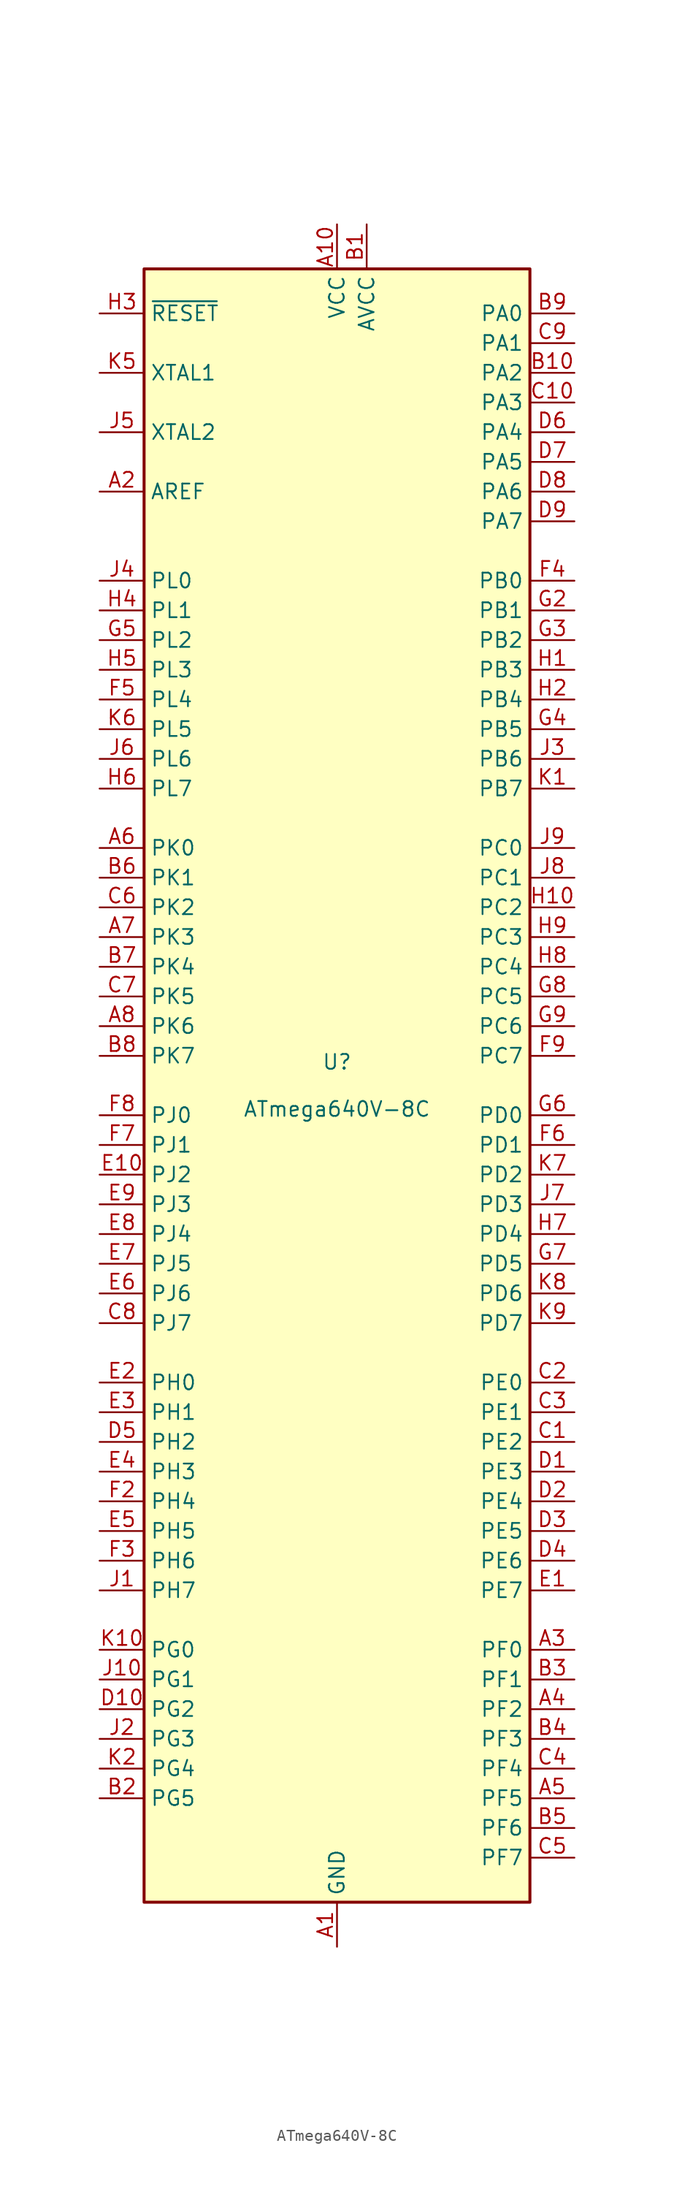
<source format=kicad_sym>
(kicad_symbol_lib
  (version 20211014)
  (generator kicad_symbol_editor)
  (symbol "ATmega640V-8C"
    (property "Reference" "U"
      (at 0 1.27 0)
      (effects (font (size 1.27 1.27)) (justify bottom)))
    (property "Value" "ATmega640V-8C"
      (at 0 -1.27 0)
      (effects (font (size 1.27 1.27)) (justify top)))
    (symbol "ATmega640V-8C_0_1"
      (rectangle (start -16.51 -69.85) (end 16.51 69.85) (stroke (width 0.254) (type default) (color 0 0 0 0)) (fill (type background))))
    (symbol "ATmega640V-8C_1_1"
      (pin power_in line (at 0 -73.66 90) (length 3.81) (name "GND" (effects (font (size 1.27 1.27)))) (number "A1" (effects (font (size 1.27 1.27)))))
      (pin power_in line (at 0 73.66 270) (length 3.81) (name "VCC" (effects (font (size 1.27 1.27)))) (number "A10" (effects (font (size 1.27 1.27)))))
      (pin passive line (at -20.32 50.8 0) (length 3.81) (name "AREF" (effects (font (size 1.27 1.27)))) (number "A2" (effects (font (size 1.27 1.27)))))
      (pin bidirectional line (at 20.32 -48.26 180) (length 3.81) (name "PF0" (effects (font (size 1.27 1.27)))) (number "A3" (effects (font (size 1.27 1.27)))))
      (pin bidirectional line (at 20.32 -53.34 180) (length 3.81) (name "PF2" (effects (font (size 1.27 1.27)))) (number "A4" (effects (font (size 1.27 1.27)))))
      (pin bidirectional line (at 20.32 -60.96 180) (length 3.81) (name "PF5" (effects (font (size 1.27 1.27)))) (number "A5" (effects (font (size 1.27 1.27)))))
      (pin bidirectional line (at -20.32 20.32 0) (length 3.81) (name "PK0" (effects (font (size 1.27 1.27)))) (number "A6" (effects (font (size 1.27 1.27)))))
      (pin bidirectional line (at -20.32 12.7 0) (length 3.81) (name "PK3" (effects (font (size 1.27 1.27)))) (number "A7" (effects (font (size 1.27 1.27)))))
      (pin bidirectional line (at -20.32 5.08 0) (length 3.81) (name "PK6" (effects (font (size 1.27 1.27)))) (number "A8" (effects (font (size 1.27 1.27)))))
      (pin passive line (at 0 -73.66 90) (length 3.81) hide (name "GND" (effects (font (size 1.27 1.27)))) (number "A9" (effects (font (size 1.27 1.27)))))
      (pin power_in line (at 2.54 73.66 270) (length 3.81) (name "AVCC" (effects (font (size 1.27 1.27)))) (number "B1" (effects (font (size 1.27 1.27)))))
      (pin bidirectional line (at 20.32 60.96 180) (length 3.81) (name "PA2" (effects (font (size 1.27 1.27)))) (number "B10" (effects (font (size 1.27 1.27)))))
      (pin bidirectional line (at -20.32 -60.96 0) (length 3.81) (name "PG5" (effects (font (size 1.27 1.27)))) (number "B2" (effects (font (size 1.27 1.27)))))
      (pin bidirectional line (at 20.32 -50.8 180) (length 3.81) (name "PF1" (effects (font (size 1.27 1.27)))) (number "B3" (effects (font (size 1.27 1.27)))))
      (pin bidirectional line (at 20.32 -55.88 180) (length 3.81) (name "PF3" (effects (font (size 1.27 1.27)))) (number "B4" (effects (font (size 1.27 1.27)))))
      (pin bidirectional line (at 20.32 -63.5 180) (length 3.81) (name "PF6" (effects (font (size 1.27 1.27)))) (number "B5" (effects (font (size 1.27 1.27)))))
      (pin bidirectional line (at -20.32 17.78 0) (length 3.81) (name "PK1" (effects (font (size 1.27 1.27)))) (number "B6" (effects (font (size 1.27 1.27)))))
      (pin bidirectional line (at -20.32 10.16 0) (length 3.81) (name "PK4" (effects (font (size 1.27 1.27)))) (number "B7" (effects (font (size 1.27 1.27)))))
      (pin bidirectional line (at -20.32 2.54 0) (length 3.81) (name "PK7" (effects (font (size 1.27 1.27)))) (number "B8" (effects (font (size 1.27 1.27)))))
      (pin bidirectional line (at 20.32 66.04 180) (length 3.81) (name "PA0" (effects (font (size 1.27 1.27)))) (number "B9" (effects (font (size 1.27 1.27)))))
      (pin bidirectional line (at 20.32 -30.48 180) (length 3.81) (name "PE2" (effects (font (size 1.27 1.27)))) (number "C1" (effects (font (size 1.27 1.27)))))
      (pin bidirectional line (at 20.32 58.42 180) (length 3.81) (name "PA3" (effects (font (size 1.27 1.27)))) (number "C10" (effects (font (size 1.27 1.27)))))
      (pin bidirectional line (at 20.32 -25.4 180) (length 3.81) (name "PE0" (effects (font (size 1.27 1.27)))) (number "C2" (effects (font (size 1.27 1.27)))))
      (pin bidirectional line (at 20.32 -27.94 180) (length 3.81) (name "PE1" (effects (font (size 1.27 1.27)))) (number "C3" (effects (font (size 1.27 1.27)))))
      (pin bidirectional line (at 20.32 -58.42 180) (length 3.81) (name "PF4" (effects (font (size 1.27 1.27)))) (number "C4" (effects (font (size 1.27 1.27)))))
      (pin bidirectional line (at 20.32 -66.04 180) (length 3.81) (name "PF7" (effects (font (size 1.27 1.27)))) (number "C5" (effects (font (size 1.27 1.27)))))
      (pin bidirectional line (at -20.32 15.24 0) (length 3.81) (name "PK2" (effects (font (size 1.27 1.27)))) (number "C6" (effects (font (size 1.27 1.27)))))
      (pin bidirectional line (at -20.32 7.62 0) (length 3.81) (name "PK5" (effects (font (size 1.27 1.27)))) (number "C7" (effects (font (size 1.27 1.27)))))
      (pin bidirectional line (at -20.32 -20.32 0) (length 3.81) (name "PJ7" (effects (font (size 1.27 1.27)))) (number "C8" (effects (font (size 1.27 1.27)))))
      (pin bidirectional line (at 20.32 63.5 180) (length 3.81) (name "PA1" (effects (font (size 1.27 1.27)))) (number "C9" (effects (font (size 1.27 1.27)))))
      (pin bidirectional line (at 20.32 -33.02 180) (length 3.81) (name "PE3" (effects (font (size 1.27 1.27)))) (number "D1" (effects (font (size 1.27 1.27)))))
      (pin bidirectional line (at -20.32 -53.34 0) (length 3.81) (name "PG2" (effects (font (size 1.27 1.27)))) (number "D10" (effects (font (size 1.27 1.27)))))
      (pin bidirectional line (at 20.32 -35.56 180) (length 3.81) (name "PE4" (effects (font (size 1.27 1.27)))) (number "D2" (effects (font (size 1.27 1.27)))))
      (pin bidirectional line (at 20.32 -38.1 180) (length 3.81) (name "PE5" (effects (font (size 1.27 1.27)))) (number "D3" (effects (font (size 1.27 1.27)))))
      (pin bidirectional line (at 20.32 -40.64 180) (length 3.81) (name "PE6" (effects (font (size 1.27 1.27)))) (number "D4" (effects (font (size 1.27 1.27)))))
      (pin bidirectional line (at -20.32 -30.48 0) (length 3.81) (name "PH2" (effects (font (size 1.27 1.27)))) (number "D5" (effects (font (size 1.27 1.27)))))
      (pin bidirectional line (at 20.32 55.88 180) (length 3.81) (name "PA4" (effects (font (size 1.27 1.27)))) (number "D6" (effects (font (size 1.27 1.27)))))
      (pin bidirectional line (at 20.32 53.34 180) (length 3.81) (name "PA5" (effects (font (size 1.27 1.27)))) (number "D7" (effects (font (size 1.27 1.27)))))
      (pin bidirectional line (at 20.32 50.8 180) (length 3.81) (name "PA6" (effects (font (size 1.27 1.27)))) (number "D8" (effects (font (size 1.27 1.27)))))
      (pin bidirectional line (at 20.32 48.26 180) (length 3.81) (name "PA7" (effects (font (size 1.27 1.27)))) (number "D9" (effects (font (size 1.27 1.27)))))
      (pin bidirectional line (at 20.32 -43.18 180) (length 3.81) (name "PE7" (effects (font (size 1.27 1.27)))) (number "E1" (effects (font (size 1.27 1.27)))))
      (pin bidirectional line (at -20.32 -7.62 0) (length 3.81) (name "PJ2" (effects (font (size 1.27 1.27)))) (number "E10" (effects (font (size 1.27 1.27)))))
      (pin bidirectional line (at -20.32 -25.4 0) (length 3.81) (name "PH0" (effects (font (size 1.27 1.27)))) (number "E2" (effects (font (size 1.27 1.27)))))
      (pin bidirectional line (at -20.32 -27.94 0) (length 3.81) (name "PH1" (effects (font (size 1.27 1.27)))) (number "E3" (effects (font (size 1.27 1.27)))))
      (pin bidirectional line (at -20.32 -33.02 0) (length 3.81) (name "PH3" (effects (font (size 1.27 1.27)))) (number "E4" (effects (font (size 1.27 1.27)))))
      (pin bidirectional line (at -20.32 -38.1 0) (length 3.81) (name "PH5" (effects (font (size 1.27 1.27)))) (number "E5" (effects (font (size 1.27 1.27)))))
      (pin bidirectional line (at -20.32 -17.78 0) (length 3.81) (name "PJ6" (effects (font (size 1.27 1.27)))) (number "E6" (effects (font (size 1.27 1.27)))))
      (pin bidirectional line (at -20.32 -15.24 0) (length 3.81) (name "PJ5" (effects (font (size 1.27 1.27)))) (number "E7" (effects (font (size 1.27 1.27)))))
      (pin bidirectional line (at -20.32 -12.7 0) (length 3.81) (name "PJ4" (effects (font (size 1.27 1.27)))) (number "E8" (effects (font (size 1.27 1.27)))))
      (pin bidirectional line (at -20.32 -10.16 0) (length 3.81) (name "PJ3" (effects (font (size 1.27 1.27)))) (number "E9" (effects (font (size 1.27 1.27)))))
      (pin passive line (at 0 73.66 270) (length 3.81) hide (name "VCC" (effects (font (size 1.27 1.27)))) (number "F1" (effects (font (size 1.27 1.27)))))
      (pin passive line (at 0 -73.66 90) (length 3.81) hide (name "GND" (effects (font (size 1.27 1.27)))) (number "F10" (effects (font (size 1.27 1.27)))))
      (pin bidirectional line (at -20.32 -35.56 0) (length 3.81) (name "PH4" (effects (font (size 1.27 1.27)))) (number "F2" (effects (font (size 1.27 1.27)))))
      (pin bidirectional line (at -20.32 -40.64 0) (length 3.81) (name "PH6" (effects (font (size 1.27 1.27)))) (number "F3" (effects (font (size 1.27 1.27)))))
      (pin bidirectional line (at 20.32 43.18 180) (length 3.81) (name "PB0" (effects (font (size 1.27 1.27)))) (number "F4" (effects (font (size 1.27 1.27)))))
      (pin bidirectional line (at -20.32 33.02 0) (length 3.81) (name "PL4" (effects (font (size 1.27 1.27)))) (number "F5" (effects (font (size 1.27 1.27)))))
      (pin bidirectional line (at 20.32 -5.08 180) (length 3.81) (name "PD1" (effects (font (size 1.27 1.27)))) (number "F6" (effects (font (size 1.27 1.27)))))
      (pin bidirectional line (at -20.32 -5.08 0) (length 3.81) (name "PJ1" (effects (font (size 1.27 1.27)))) (number "F7" (effects (font (size 1.27 1.27)))))
      (pin bidirectional line (at -20.32 -2.54 0) (length 3.81) (name "PJ0" (effects (font (size 1.27 1.27)))) (number "F8" (effects (font (size 1.27 1.27)))))
      (pin bidirectional line (at 20.32 2.54 180) (length 3.81) (name "PC7" (effects (font (size 1.27 1.27)))) (number "F9" (effects (font (size 1.27 1.27)))))
      (pin passive line (at 0 -73.66 90) (length 3.81) hide (name "GND" (effects (font (size 1.27 1.27)))) (number "G1" (effects (font (size 1.27 1.27)))))
      (pin passive line (at 0 73.66 270) (length 3.81) hide (name "VCC" (effects (font (size 1.27 1.27)))) (number "G10" (effects (font (size 1.27 1.27)))))
      (pin bidirectional line (at 20.32 40.64 180) (length 3.81) (name "PB1" (effects (font (size 1.27 1.27)))) (number "G2" (effects (font (size 1.27 1.27)))))
      (pin bidirectional line (at 20.32 38.1 180) (length 3.81) (name "PB2" (effects (font (size 1.27 1.27)))) (number "G3" (effects (font (size 1.27 1.27)))))
      (pin bidirectional line (at 20.32 30.48 180) (length 3.81) (name "PB5" (effects (font (size 1.27 1.27)))) (number "G4" (effects (font (size 1.27 1.27)))))
      (pin bidirectional line (at -20.32 38.1 0) (length 3.81) (name "PL2" (effects (font (size 1.27 1.27)))) (number "G5" (effects (font (size 1.27 1.27)))))
      (pin bidirectional line (at 20.32 -2.54 180) (length 3.81) (name "PD0" (effects (font (size 1.27 1.27)))) (number "G6" (effects (font (size 1.27 1.27)))))
      (pin bidirectional line (at 20.32 -15.24 180) (length 3.81) (name "PD5" (effects (font (size 1.27 1.27)))) (number "G7" (effects (font (size 1.27 1.27)))))
      (pin bidirectional line (at 20.32 7.62 180) (length 3.81) (name "PC5" (effects (font (size 1.27 1.27)))) (number "G8" (effects (font (size 1.27 1.27)))))
      (pin bidirectional line (at 20.32 5.08 180) (length 3.81) (name "PC6" (effects (font (size 1.27 1.27)))) (number "G9" (effects (font (size 1.27 1.27)))))
      (pin bidirectional line (at 20.32 35.56 180) (length 3.81) (name "PB3" (effects (font (size 1.27 1.27)))) (number "H1" (effects (font (size 1.27 1.27)))))
      (pin bidirectional line (at 20.32 15.24 180) (length 3.81) (name "PC2" (effects (font (size 1.27 1.27)))) (number "H10" (effects (font (size 1.27 1.27)))))
      (pin bidirectional line (at 20.32 33.02 180) (length 3.81) (name "PB4" (effects (font (size 1.27 1.27)))) (number "H2" (effects (font (size 1.27 1.27)))))
      (pin input line (at -20.32 66.04 0) (length 3.81) (name "~{RESET}" (effects (font (size 1.27 1.27)))) (number "H3" (effects (font (size 1.27 1.27)))))
      (pin bidirectional line (at -20.32 40.64 0) (length 3.81) (name "PL1" (effects (font (size 1.27 1.27)))) (number "H4" (effects (font (size 1.27 1.27)))))
      (pin bidirectional line (at -20.32 35.56 0) (length 3.81) (name "PL3" (effects (font (size 1.27 1.27)))) (number "H5" (effects (font (size 1.27 1.27)))))
      (pin bidirectional line (at -20.32 25.4 0) (length 3.81) (name "PL7" (effects (font (size 1.27 1.27)))) (number "H6" (effects (font (size 1.27 1.27)))))
      (pin bidirectional line (at 20.32 -12.7 180) (length 3.81) (name "PD4" (effects (font (size 1.27 1.27)))) (number "H7" (effects (font (size 1.27 1.27)))))
      (pin bidirectional line (at 20.32 10.16 180) (length 3.81) (name "PC4" (effects (font (size 1.27 1.27)))) (number "H8" (effects (font (size 1.27 1.27)))))
      (pin bidirectional line (at 20.32 12.7 180) (length 3.81) (name "PC3" (effects (font (size 1.27 1.27)))) (number "H9" (effects (font (size 1.27 1.27)))))
      (pin bidirectional line (at -20.32 -43.18 0) (length 3.81) (name "PH7" (effects (font (size 1.27 1.27)))) (number "J1" (effects (font (size 1.27 1.27)))))
      (pin bidirectional line (at -20.32 -50.8 0) (length 3.81) (name "PG1" (effects (font (size 1.27 1.27)))) (number "J10" (effects (font (size 1.27 1.27)))))
      (pin bidirectional line (at -20.32 -55.88 0) (length 3.81) (name "PG3" (effects (font (size 1.27 1.27)))) (number "J2" (effects (font (size 1.27 1.27)))))
      (pin bidirectional line (at 20.32 27.94 180) (length 3.81) (name "PB6" (effects (font (size 1.27 1.27)))) (number "J3" (effects (font (size 1.27 1.27)))))
      (pin bidirectional line (at -20.32 43.18 0) (length 3.81) (name "PL0" (effects (font (size 1.27 1.27)))) (number "J4" (effects (font (size 1.27 1.27)))))
      (pin output line (at -20.32 55.88 0) (length 3.81) (name "XTAL2" (effects (font (size 1.27 1.27)))) (number "J5" (effects (font (size 1.27 1.27)))))
      (pin bidirectional line (at -20.32 27.94 0) (length 3.81) (name "PL6" (effects (font (size 1.27 1.27)))) (number "J6" (effects (font (size 1.27 1.27)))))
      (pin bidirectional line (at 20.32 -10.16 180) (length 3.81) (name "PD3" (effects (font (size 1.27 1.27)))) (number "J7" (effects (font (size 1.27 1.27)))))
      (pin bidirectional line (at 20.32 17.78 180) (length 3.81) (name "PC1" (effects (font (size 1.27 1.27)))) (number "J8" (effects (font (size 1.27 1.27)))))
      (pin bidirectional line (at 20.32 20.32 180) (length 3.81) (name "PC0" (effects (font (size 1.27 1.27)))) (number "J9" (effects (font (size 1.27 1.27)))))
      (pin bidirectional line (at 20.32 25.4 180) (length 3.81) (name "PB7" (effects (font (size 1.27 1.27)))) (number "K1" (effects (font (size 1.27 1.27)))))
      (pin bidirectional line (at -20.32 -48.26 0) (length 3.81) (name "PG0" (effects (font (size 1.27 1.27)))) (number "K10" (effects (font (size 1.27 1.27)))))
      (pin bidirectional line (at -20.32 -58.42 0) (length 3.81) (name "PG4" (effects (font (size 1.27 1.27)))) (number "K2" (effects (font (size 1.27 1.27)))))
      (pin passive line (at 0 73.66 270) (length 3.81) hide (name "VCC" (effects (font (size 1.27 1.27)))) (number "K3" (effects (font (size 1.27 1.27)))))
      (pin passive line (at 0 -73.66 90) (length 3.81) hide (name "GND" (effects (font (size 1.27 1.27)))) (number "K4" (effects (font (size 1.27 1.27)))))
      (pin input line (at -20.32 60.96 0) (length 3.81) (name "XTAL1" (effects (font (size 1.27 1.27)))) (number "K5" (effects (font (size 1.27 1.27)))))
      (pin bidirectional line (at -20.32 30.48 0) (length 3.81) (name "PL5" (effects (font (size 1.27 1.27)))) (number "K6" (effects (font (size 1.27 1.27)))))
      (pin bidirectional line (at 20.32 -7.62 180) (length 3.81) (name "PD2" (effects (font (size 1.27 1.27)))) (number "K7" (effects (font (size 1.27 1.27)))))
      (pin bidirectional line (at 20.32 -17.78 180) (length 3.81) (name "PD6" (effects (font (size 1.27 1.27)))) (number "K8" (effects (font (size 1.27 1.27)))))
      (pin bidirectional line (at 20.32 -20.32 180) (length 3.81) (name "PD7" (effects (font (size 1.27 1.27)))) (number "K9" (effects (font (size 1.27 1.27))))))))
</source>
